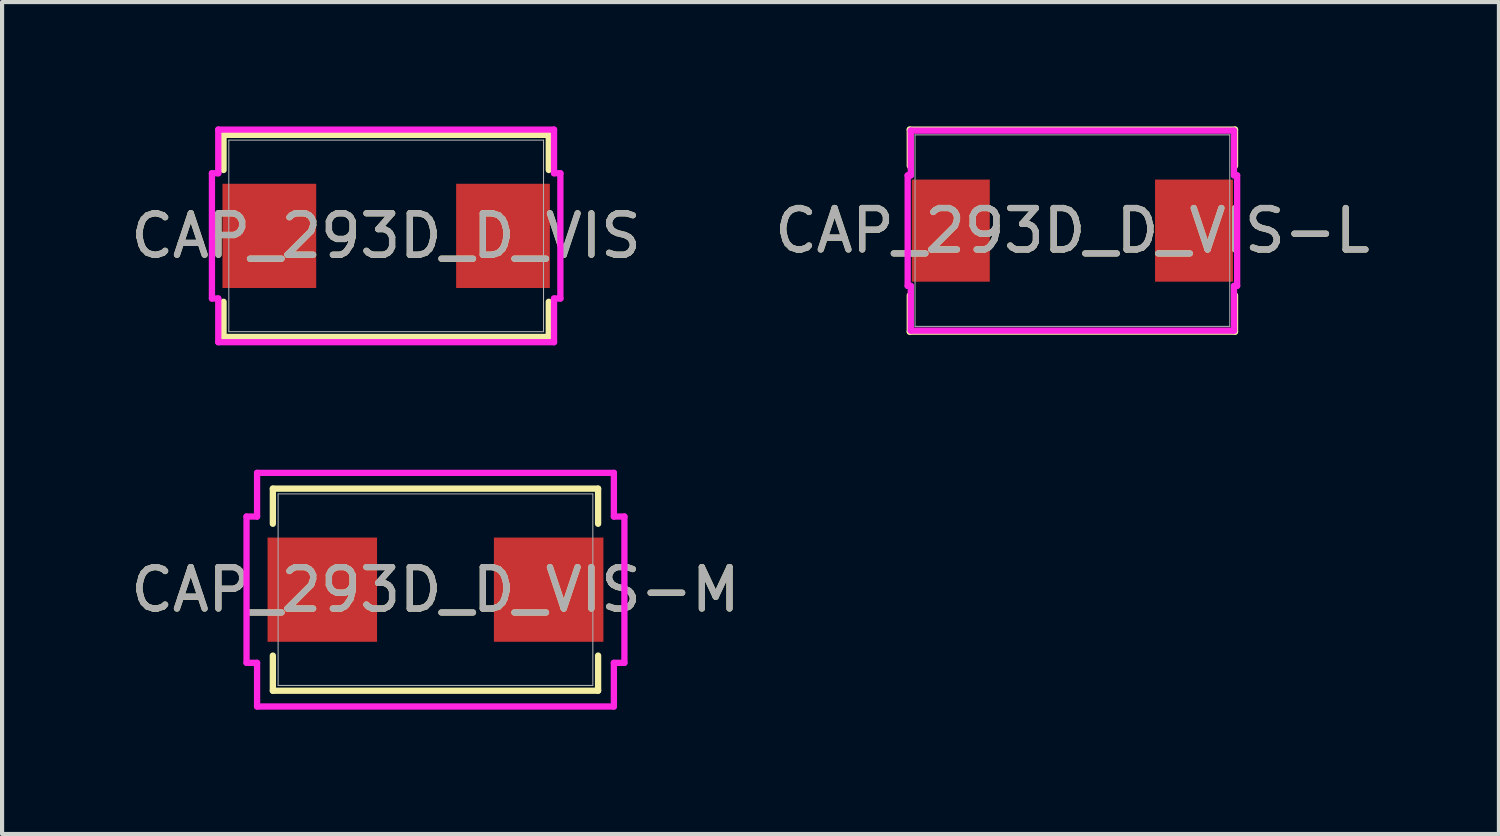
<source format=kicad_pcb>
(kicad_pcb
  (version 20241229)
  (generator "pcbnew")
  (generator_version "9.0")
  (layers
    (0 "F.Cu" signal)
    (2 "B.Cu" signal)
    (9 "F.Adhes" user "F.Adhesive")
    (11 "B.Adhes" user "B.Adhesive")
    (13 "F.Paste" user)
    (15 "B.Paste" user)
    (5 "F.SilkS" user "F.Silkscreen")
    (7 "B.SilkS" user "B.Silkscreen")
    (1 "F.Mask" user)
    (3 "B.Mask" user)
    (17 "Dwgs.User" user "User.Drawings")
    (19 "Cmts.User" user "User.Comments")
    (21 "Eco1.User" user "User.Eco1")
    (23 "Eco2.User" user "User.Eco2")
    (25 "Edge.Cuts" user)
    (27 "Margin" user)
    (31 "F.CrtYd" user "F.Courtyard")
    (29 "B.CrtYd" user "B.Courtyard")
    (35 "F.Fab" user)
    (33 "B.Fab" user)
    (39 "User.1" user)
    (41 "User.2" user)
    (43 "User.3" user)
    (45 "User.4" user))
  (footprint "CAP_293D_D_VIS"
    (layer "F.Cu")
    (at 6.268 2.642)
    (property "Reference" "CAP_293D_D_VIS" (at 0 0 0) (unlocked yes) (layer "F.SilkS") (effects (font (size 1 1) (thickness 0.15))))
    (attr smd)
    (fp_line (start -3.924 -2.438) (end -3.924 -1.59) (stroke (width 0.152) (type solid)) (layer "F.SilkS"))
    (fp_line (start -3.924 1.59) (end -3.924 2.438) (stroke (width 0.152) (type solid)) (layer "F.SilkS"))
    (fp_line (start -3.924 2.438) (end 3.924 2.438) (stroke (width 0.152) (type solid)) (layer "F.SilkS"))
    (fp_line (start 3.924 -2.438) (end -3.924 -2.438) (stroke (width 0.152) (type solid)) (layer "F.SilkS"))
    (fp_line (start 3.924 -1.59) (end 3.924 -2.438) (stroke (width 0.152) (type solid)) (layer "F.SilkS"))
    (fp_line (start 3.924 2.438) (end 3.924 1.59) (stroke (width 0.152) (type solid)) (layer "F.SilkS"))
    (fp_line (start -4.204 -1.511) (end -4.051 -1.511) (stroke (width 0.152) (type solid)) (layer "F.CrtYd"))
    (fp_line (start -4.204 1.511) (end -4.204 -1.511) (stroke (width 0.152) (type solid)) (layer "F.CrtYd"))
    (fp_line (start -4.051 -2.565) (end 4.051 -2.565) (stroke (width 0.152) (type solid)) (layer "F.CrtYd"))
    (fp_line (start -4.051 -1.511) (end -4.051 -2.565) (stroke (width 0.152) (type solid)) (layer "F.CrtYd"))
    (fp_line (start -4.051 1.511) (end -4.204 1.511) (stroke (width 0.152) (type solid)) (layer "F.CrtYd"))
    (fp_line (start -4.051 2.565) (end -4.051 1.511) (stroke (width 0.152) (type solid)) (layer "F.CrtYd"))
    (fp_line (start 4.051 -2.565) (end 4.051 -1.511) (stroke (width 0.152) (type solid)) (layer "F.CrtYd"))
    (fp_line (start 4.051 -1.511) (end 4.204 -1.511) (stroke (width 0.152) (type solid)) (layer "F.CrtYd"))
    (fp_line (start 4.051 1.511) (end 4.051 2.565) (stroke (width 0.152) (type solid)) (layer "F.CrtYd"))
    (fp_line (start 4.051 2.565) (end -4.051 2.565) (stroke (width 0.152) (type solid)) (layer "F.CrtYd"))
    (fp_line (start 4.204 -1.511) (end 4.204 1.511) (stroke (width 0.152) (type solid)) (layer "F.CrtYd"))
    (fp_line (start 4.204 1.511) (end 4.051 1.511) (stroke (width 0.152) (type solid)) (layer "F.CrtYd"))
    (fp_line (start -3.797 -2.311) (end -3.797 2.311) (stroke (width 0.025) (type solid)) (layer "F.Fab"))
    (fp_line (start -3.797 2.311) (end 3.797 2.311) (stroke (width 0.025) (type solid)) (layer "F.Fab"))
    (fp_line (start 3.797 -2.311) (end -3.797 -2.311) (stroke (width 0.025) (type solid)) (layer "F.Fab"))
    (fp_line (start 3.797 2.311) (end 3.797 -2.311) (stroke (width 0.025) (type solid)) (layer "F.Fab"))
    (fp_text user "${REFERENCE}" (at 0 0 0) (unlocked yes) (layer "F.Fab") (effects (font (size 1 1) (thickness 0.15))))
    (pad "1" smd rect (at -2.819 0 90) (size 2.515 2.261) (layers "F.Cu" "F.Mask" "F.Paste"))
    (pad "2" smd rect (at 2.819 0 90) (size 2.515 2.261) (layers "F.Cu" "F.Mask" "F.Paste"))
    (zone (net_name "") (layer "F.Cu") (hatch full 0.508) (connect_pads) (min_thickness 0.254) (filled_areas_thickness no) (keepout (tracks not_allowed) (vias not_allowed) (pads allowed) (copperpour not_allowed) (footprints allowed)) (placement (enabled no)) (fill) (polygon (pts (xy 2.521 0.381) (xy 10.014 0.381) (xy 10.014 1.333) (xy 2.521 1.333))))
    (zone (net_name "") (layer "F.Cu") (hatch full 0.508) (connect_pads) (min_thickness 0.254) (filled_areas_thickness no) (keepout (tracks not_allowed) (vias not_allowed) (pads allowed) (copperpour not_allowed) (footprints allowed)) (placement (enabled no)) (fill) (polygon (pts (xy 2.521 3.95) (xy 10.014 3.95) (xy 10.014 4.902) (xy 2.521 4.902))))
    (zone (net_name "") (layer "F.Cu") (hatch full 0.508) (connect_pads) (min_thickness 0.254) (filled_areas_thickness no) (keepout (tracks not_allowed) (vias not_allowed) (pads allowed) (copperpour not_allowed) (footprints allowed)) (placement (enabled no)) (fill) (polygon (pts (xy 4.63 1.333) (xy 7.906 1.333) (xy 7.906 3.95) (xy 4.63 3.95)))))
  (footprint "CAP_293D_D_VIS-M"
    (layer "F.Cu")
    (at 7.458 11.179)
    (property "Reference" "CAP_293D_D_VIS-M" (at 0 0 0) (unlocked yes) (layer "F.SilkS") (effects (font (size 1 1) (thickness 0.15))))
    (attr smd)
    (fp_line (start -3.924 -2.438) (end -3.924 -1.59) (stroke (width 0.152) (type solid)) (layer "F.SilkS"))
    (fp_line (start -3.924 1.59) (end -3.924 2.438) (stroke (width 0.152) (type solid)) (layer "F.SilkS"))
    (fp_line (start -3.924 2.438) (end 3.924 2.438) (stroke (width 0.152) (type solid)) (layer "F.SilkS"))
    (fp_line (start 3.924 -2.438) (end -3.924 -2.438) (stroke (width 0.152) (type solid)) (layer "F.SilkS"))
    (fp_line (start 3.924 -1.59) (end 3.924 -2.438) (stroke (width 0.152) (type solid)) (layer "F.SilkS"))
    (fp_line (start 3.924 2.438) (end 3.924 1.59) (stroke (width 0.152) (type solid)) (layer "F.SilkS"))
    (fp_line (start -4.559 -1.765) (end -4.305 -1.765) (stroke (width 0.152) (type solid)) (layer "F.CrtYd"))
    (fp_line (start -4.559 1.765) (end -4.559 -1.765) (stroke (width 0.152) (type solid)) (layer "F.CrtYd"))
    (fp_line (start -4.305 -2.819) (end 4.305 -2.819) (stroke (width 0.152) (type solid)) (layer "F.CrtYd"))
    (fp_line (start -4.305 -1.765) (end -4.305 -2.819) (stroke (width 0.152) (type solid)) (layer "F.CrtYd"))
    (fp_line (start -4.305 1.765) (end -4.559 1.765) (stroke (width 0.152) (type solid)) (layer "F.CrtYd"))
    (fp_line (start -4.305 2.819) (end -4.305 1.765) (stroke (width 0.152) (type solid)) (layer "F.CrtYd"))
    (fp_line (start 4.305 -2.819) (end 4.305 -1.765) (stroke (width 0.152) (type solid)) (layer "F.CrtYd"))
    (fp_line (start 4.305 -1.765) (end 4.559 -1.765) (stroke (width 0.152) (type solid)) (layer "F.CrtYd"))
    (fp_line (start 4.305 1.765) (end 4.305 2.819) (stroke (width 0.152) (type solid)) (layer "F.CrtYd"))
    (fp_line (start 4.305 2.819) (end -4.305 2.819) (stroke (width 0.152) (type solid)) (layer "F.CrtYd"))
    (fp_line (start 4.559 -1.765) (end 4.559 1.765) (stroke (width 0.152) (type solid)) (layer "F.CrtYd"))
    (fp_line (start 4.559 1.765) (end 4.305 1.765) (stroke (width 0.152) (type solid)) (layer "F.CrtYd"))
    (fp_line (start -3.797 -2.311) (end -3.797 2.311) (stroke (width 0.025) (type solid)) (layer "F.Fab"))
    (fp_line (start -3.797 2.311) (end 3.797 2.311) (stroke (width 0.025) (type solid)) (layer "F.Fab"))
    (fp_line (start 3.797 -2.311) (end -3.797 -2.311) (stroke (width 0.025) (type solid)) (layer "F.Fab"))
    (fp_line (start 3.797 2.311) (end 3.797 -2.311) (stroke (width 0.025) (type solid)) (layer "F.Fab"))
    (fp_text user "${REFERENCE}" (at 0 0 0) (unlocked yes) (layer "F.Fab") (effects (font (size 1 1) (thickness 0.15))))
    (pad "1" smd rect (at -2.731 0 90) (size 2.515 2.642) (layers "F.Cu" "F.Mask" "F.Paste"))
    (pad "2" smd rect (at 2.731 0 90) (size 2.515 2.642) (layers "F.Cu" "F.Mask" "F.Paste"))
    (zone (net_name "") (layer "F.Cu") (hatch full 0.508) (connect_pads) (min_thickness 0.254) (filled_areas_thickness no) (keepout (tracks not_allowed) (vias not_allowed) (pads allowed) (copperpour not_allowed) (footprints allowed)) (placement (enabled no)) (fill) (polygon (pts (xy 3.712 8.918) (xy 11.205 8.918) (xy 11.205 9.871) (xy 3.712 9.871))))
    (zone (net_name "") (layer "F.Cu") (hatch full 0.508) (connect_pads) (min_thickness 0.254) (filled_areas_thickness no) (keepout (tracks not_allowed) (vias not_allowed) (pads allowed) (copperpour not_allowed) (footprints allowed)) (placement (enabled no)) (fill) (polygon (pts (xy 3.712 12.487) (xy 11.205 12.487) (xy 11.205 13.439) (xy 3.712 13.439))))
    (zone (net_name "") (layer "F.Cu") (hatch full 0.508) (connect_pads) (min_thickness 0.254) (filled_areas_thickness no) (keepout (tracks not_allowed) (vias not_allowed) (pads allowed) (copperpour not_allowed) (footprints allowed)) (placement (enabled no)) (fill) (polygon (pts (xy 6.099 9.871) (xy 8.817 9.871) (xy 8.817 12.487) (xy 6.099 12.487)))))
  (footprint "CAP_293D_D_VIS-L"
    (layer "F.Cu")
    (at 22.827 2.515)
    (property "Reference" "CAP_293D_D_VIS-L" (at 0 0 0) (unlocked yes) (layer "F.SilkS") (effects (font (size 1 1) (thickness 0.15))))
    (attr smd)
    (fp_line (start -3.924 -2.438) (end -3.924 -1.561) (stroke (width 0.152) (type solid)) (layer "F.SilkS"))
    (fp_line (start -3.924 1.561) (end -3.924 2.438) (stroke (width 0.152) (type solid)) (layer "F.SilkS"))
    (fp_line (start -3.924 2.438) (end 3.924 2.438) (stroke (width 0.152) (type solid)) (layer "F.SilkS"))
    (fp_line (start 3.924 -2.438) (end -3.924 -2.438) (stroke (width 0.152) (type solid)) (layer "F.SilkS"))
    (fp_line (start 3.924 -1.561) (end 3.924 -2.438) (stroke (width 0.152) (type solid)) (layer "F.SilkS"))
    (fp_line (start 3.924 2.438) (end 3.924 1.561) (stroke (width 0.152) (type solid)) (layer "F.SilkS"))
    (fp_line (start -3.975 -1.333) (end -3.899 -1.333) (stroke (width 0.152) (type solid)) (layer "F.CrtYd"))
    (fp_line (start -3.975 1.333) (end -3.975 -1.333) (stroke (width 0.152) (type solid)) (layer "F.CrtYd"))
    (fp_line (start -3.899 -2.413) (end 3.899 -2.413) (stroke (width 0.152) (type solid)) (layer "F.CrtYd"))
    (fp_line (start -3.899 -1.333) (end -3.899 -2.413) (stroke (width 0.152) (type solid)) (layer "F.CrtYd"))
    (fp_line (start -3.899 1.333) (end -3.975 1.333) (stroke (width 0.152) (type solid)) (layer "F.CrtYd"))
    (fp_line (start -3.899 2.413) (end -3.899 1.333) (stroke (width 0.152) (type solid)) (layer "F.CrtYd"))
    (fp_line (start 3.899 -2.413) (end 3.899 -1.333) (stroke (width 0.152) (type solid)) (layer "F.CrtYd"))
    (fp_line (start 3.899 -1.333) (end 3.975 -1.333) (stroke (width 0.152) (type solid)) (layer "F.CrtYd"))
    (fp_line (start 3.899 1.333) (end 3.899 2.413) (stroke (width 0.152) (type solid)) (layer "F.CrtYd"))
    (fp_line (start 3.899 2.413) (end -3.899 2.413) (stroke (width 0.152) (type solid)) (layer "F.CrtYd"))
    (fp_line (start 3.975 -1.333) (end 3.975 1.333) (stroke (width 0.152) (type solid)) (layer "F.CrtYd"))
    (fp_line (start 3.975 1.333) (end 3.899 1.333) (stroke (width 0.152) (type solid)) (layer "F.CrtYd"))
    (fp_line (start -3.797 -2.311) (end -3.797 2.311) (stroke (width 0.025) (type solid)) (layer "F.Fab"))
    (fp_line (start -3.797 2.311) (end 3.797 2.311) (stroke (width 0.025) (type solid)) (layer "F.Fab"))
    (fp_line (start 3.797 -2.311) (end -3.797 -2.311) (stroke (width 0.025) (type solid)) (layer "F.Fab"))
    (fp_line (start 3.797 2.311) (end 3.797 -2.311) (stroke (width 0.025) (type solid)) (layer "F.Fab"))
    (fp_text user "${REFERENCE}" (at 0 0 0) (unlocked yes) (layer "F.Fab") (effects (font (size 1 1) (thickness 0.15))))
    (pad "1" smd rect (at -2.934 0 90) (size 2.464 1.88) (layers "F.Cu" "F.Mask" "F.Paste"))
    (pad "2" smd rect (at 2.934 0 90) (size 2.464 1.88) (layers "F.Cu" "F.Mask" "F.Paste"))
    (zone (net_name "") (layer "F.Cu") (hatch full 0.508) (connect_pads) (min_thickness 0.254) (filled_areas_thickness no) (keepout (tracks not_allowed) (vias not_allowed) (pads allowed) (copperpour not_allowed) (footprints allowed)) (placement (enabled no)) (fill) (polygon (pts (xy 19.081 0.254) (xy 26.574 0.254) (xy 26.574 1.206) (xy 19.081 1.206))))
    (zone (net_name "") (layer "F.Cu") (hatch full 0.508) (connect_pads) (min_thickness 0.254) (filled_areas_thickness no) (keepout (tracks not_allowed) (vias not_allowed) (pads allowed) (copperpour not_allowed) (footprints allowed)) (placement (enabled no)) (fill) (polygon (pts (xy 19.081 3.823) (xy 26.574 3.823) (xy 26.574 4.775) (xy 19.081 4.775))))
    (zone (net_name "") (layer "F.Cu") (hatch full 0.508) (connect_pads) (min_thickness 0.254) (filled_areas_thickness no) (keepout (tracks not_allowed) (vias not_allowed) (pads allowed) (copperpour not_allowed) (footprints allowed)) (placement (enabled no)) (fill) (polygon (pts (xy 20.884 1.206) (xy 24.77 1.206) (xy 24.77 3.823) (xy 20.884 3.823)))))
  (gr_rect
    (start -3 -3)
    (end 33.119 17.074)
    (stroke (width 0.1) (type default))
    (fill no)
    (layer "Edge.Cuts")))
</source>
